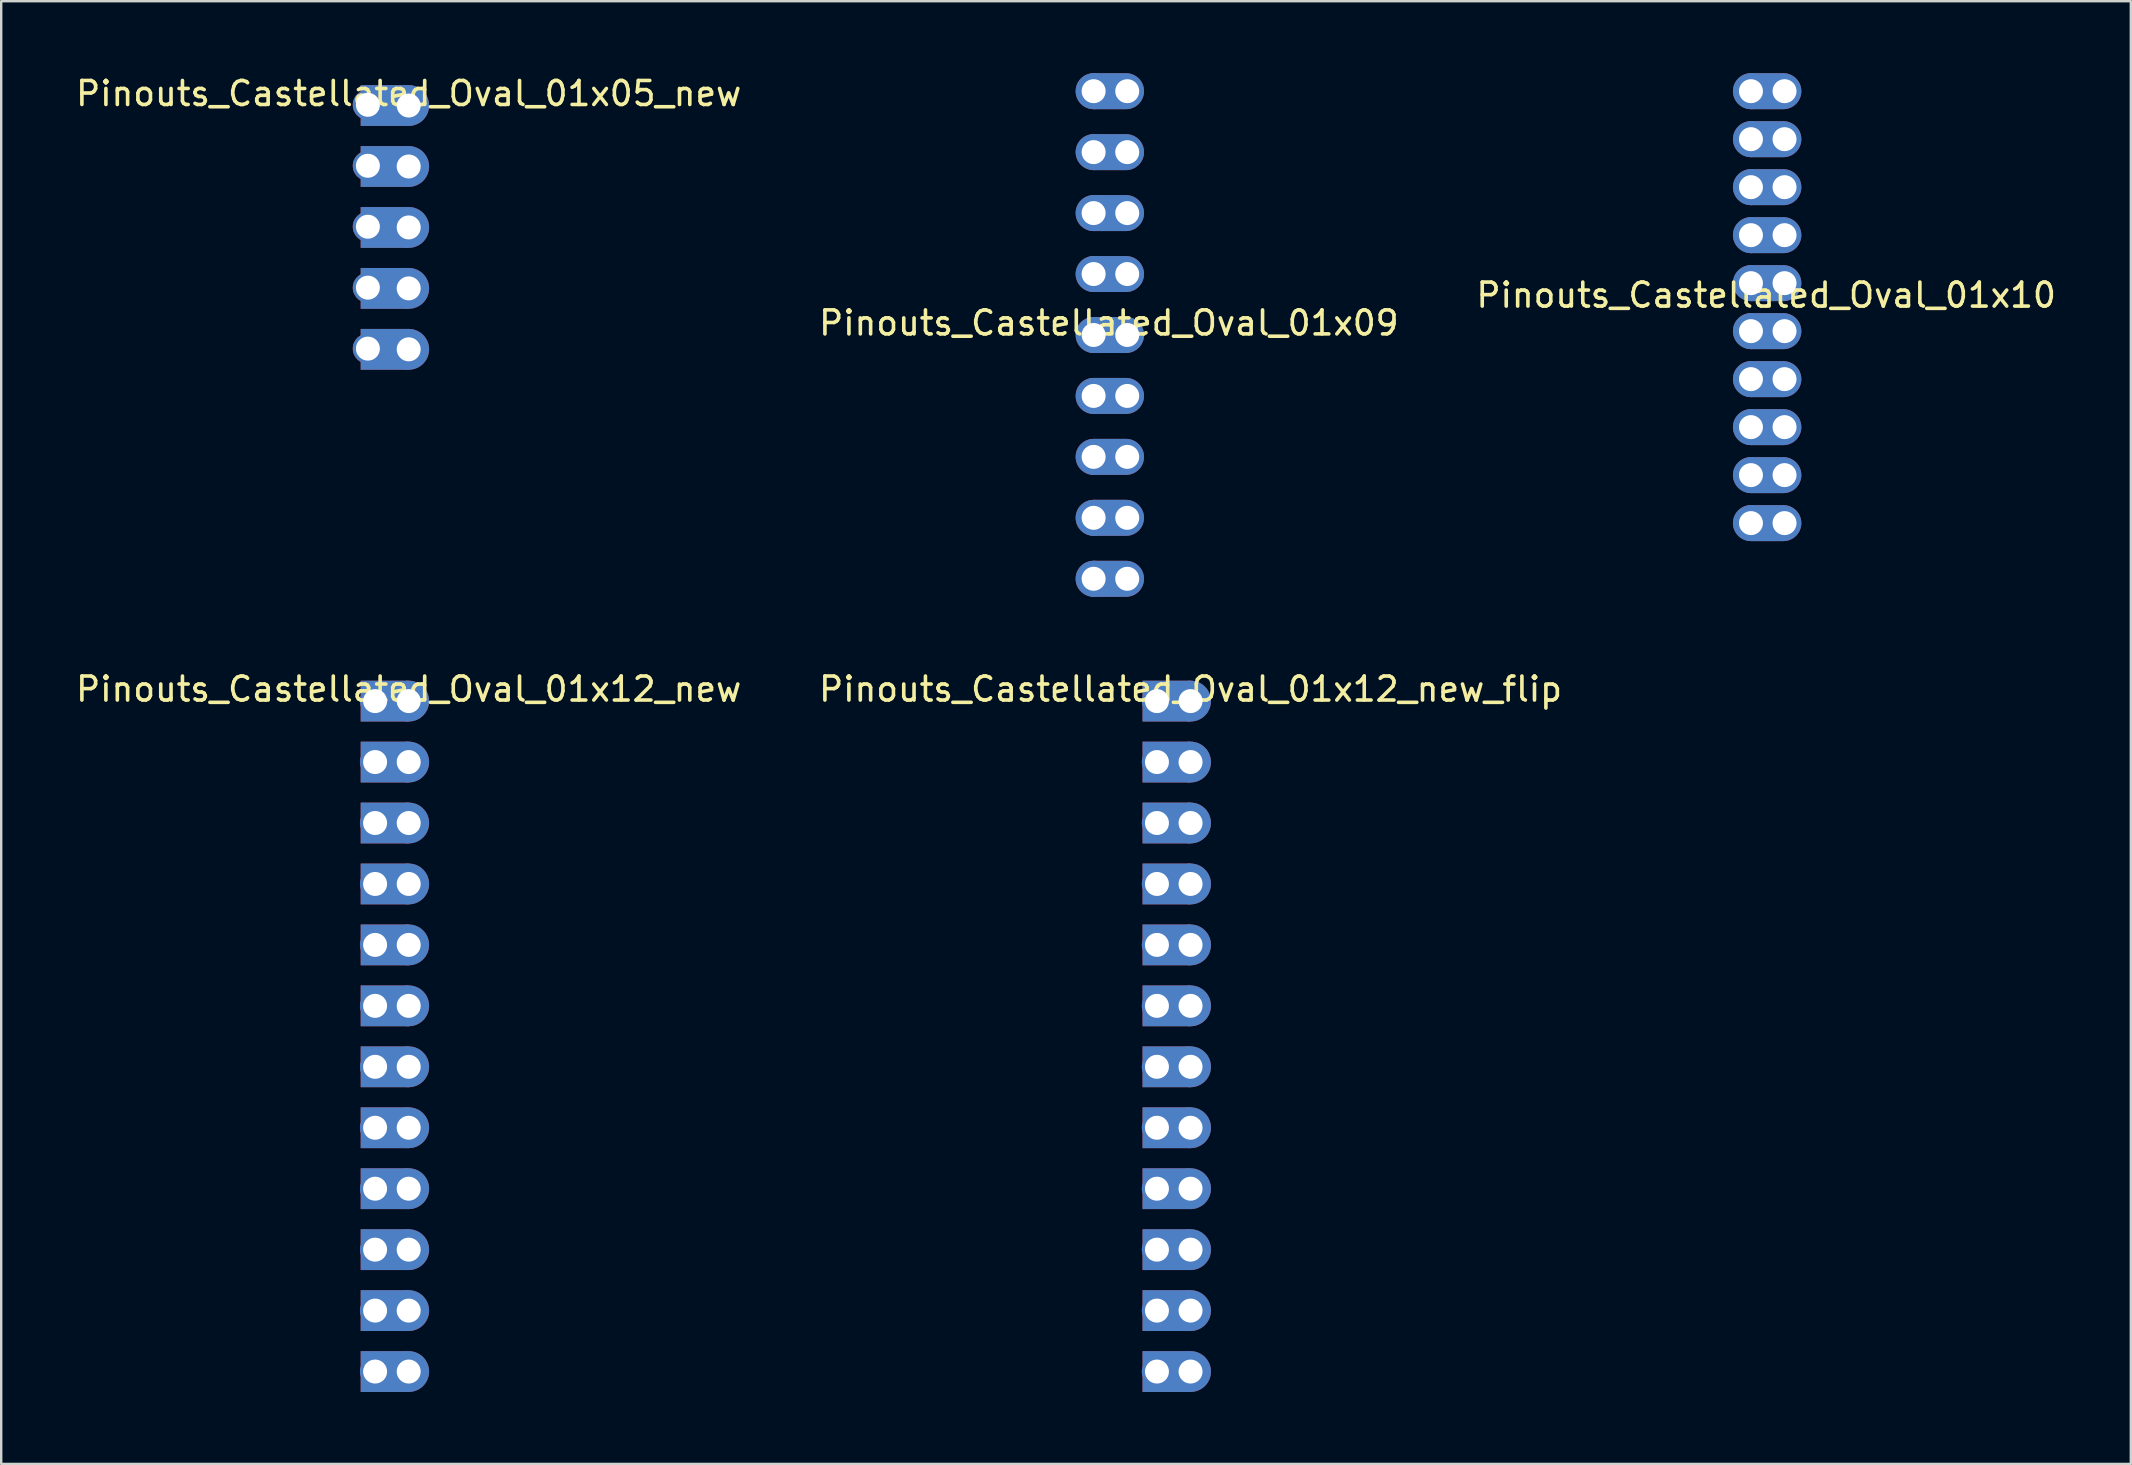
<source format=kicad_pcb>
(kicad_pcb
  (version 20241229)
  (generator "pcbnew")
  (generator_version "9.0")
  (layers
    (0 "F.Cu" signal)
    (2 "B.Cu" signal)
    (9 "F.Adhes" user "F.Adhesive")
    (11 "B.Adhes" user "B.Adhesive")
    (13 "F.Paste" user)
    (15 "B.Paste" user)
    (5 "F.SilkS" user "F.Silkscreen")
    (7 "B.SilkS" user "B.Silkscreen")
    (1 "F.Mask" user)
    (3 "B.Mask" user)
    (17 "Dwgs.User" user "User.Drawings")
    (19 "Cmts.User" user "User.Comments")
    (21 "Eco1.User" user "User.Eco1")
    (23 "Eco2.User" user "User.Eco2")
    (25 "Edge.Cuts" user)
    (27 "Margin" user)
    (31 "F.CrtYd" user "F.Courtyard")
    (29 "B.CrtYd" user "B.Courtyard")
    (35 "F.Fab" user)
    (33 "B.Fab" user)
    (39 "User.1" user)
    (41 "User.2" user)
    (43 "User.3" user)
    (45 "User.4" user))
  (footprint "Pinouts_Castellated_Oval_01x12_new_flip"
    (layer "F.Cu")
    (at 46.565 26.168)
    (property "Reference" "Pinouts_Castellated_Oval_01x12_new_flip" (at 0 -0.5 0) (unlocked yes) (layer "F.SilkS") (effects (font (size 1 1) (thickness 0.15))))
    (attr exclude_from_pos_files)
    (pad "1" thru_hole circle (at -1.4 0) (size 1.26 1.26) (drill 1) (layers "*.Cu" "*.Mask"))
    (pad "1" thru_hole circle (at 0 0) (size 1.7 1.7) (drill 1) (layers "*.Cu" "*.Mask"))
    (pad "1" smd rect (at 0 0) (size 2 1.7) (drill (offset -1 0)) (layers "F.Cu" "F.Mask"))
    (pad "1" smd rect (at 0 0) (size 2 1.7) (drill (offset -1 0)) (layers "B.Cu" "B.Mask"))
    (pad "2" thru_hole circle (at -1.4 2.54) (size 1.26 1.26) (drill 1) (layers "*.Cu" "*.Mask"))
    (pad "2" thru_hole circle (at 0 2.54) (size 1.7 1.7) (drill 1) (layers "*.Cu" "*.Mask"))
    (pad "2" smd rect (at 0 2.54) (size 2 1.7) (drill (offset -1 0)) (layers "F.Cu" "F.Mask"))
    (pad "2" smd rect (at 0 2.54) (size 2 1.7) (drill (offset -1 0)) (layers "B.Cu" "B.Mask"))
    (pad "3" thru_hole circle (at -1.4 5.08) (size 1.26 1.26) (drill 1) (layers "*.Cu" "*.Mask"))
    (pad "3" thru_hole circle (at 0 5.08) (size 1.7 1.7) (drill 1) (layers "*.Cu" "*.Mask"))
    (pad "3" smd rect (at 0 5.08) (size 2 1.7) (drill (offset -1 0)) (layers "F.Cu" "F.Mask"))
    (pad "3" smd rect (at 0 5.08) (size 2 1.7) (drill (offset -1 0)) (layers "B.Cu" "B.Mask"))
    (pad "4" thru_hole circle (at -1.4 7.62) (size 1.26 1.26) (drill 1) (layers "*.Cu" "*.Mask"))
    (pad "4" thru_hole circle (at 0 7.62) (size 1.7 1.7) (drill 1) (layers "*.Cu" "*.Mask"))
    (pad "4" smd rect (at 0 7.62) (size 2 1.7) (drill (offset -1 0)) (layers "F.Cu" "F.Mask"))
    (pad "4" smd rect (at 0 7.62) (size 2 1.7) (drill (offset -1 0)) (layers "B.Cu" "B.Mask"))
    (pad "5" thru_hole circle (at -1.4 10.16) (size 1.26 1.26) (drill 1) (layers "*.Cu" "*.Mask"))
    (pad "5" thru_hole circle (at 0 10.16) (size 1.7 1.7) (drill 1) (layers "*.Cu" "*.Mask"))
    (pad "5" smd rect (at 0 10.16) (size 2 1.7) (drill (offset -1 0)) (layers "F.Cu" "F.Mask"))
    (pad "5" smd rect (at 0 10.16) (size 2 1.7) (drill (offset -1 0)) (layers "B.Cu" "B.Mask"))
    (pad "6" thru_hole circle (at -1.4 12.7) (size 1.26 1.26) (drill 1) (layers "*.Cu" "*.Mask"))
    (pad "6" thru_hole circle (at 0 12.7) (size 1.7 1.7) (drill 1) (layers "*.Cu" "*.Mask"))
    (pad "6" smd rect (at 0 12.7) (size 2 1.7) (drill (offset -1 0)) (layers "F.Cu" "F.Mask"))
    (pad "6" smd rect (at 0 12.7) (size 2 1.7) (drill (offset -1 0)) (layers "B.Cu" "B.Mask"))
    (pad "7" thru_hole circle (at -1.4 15.24) (size 1.26 1.26) (drill 1) (layers "*.Cu" "*.Mask"))
    (pad "7" thru_hole circle (at 0 15.24) (size 1.7 1.7) (drill 1) (layers "*.Cu" "*.Mask"))
    (pad "7" smd rect (at 0 15.24) (size 2 1.7) (drill (offset -1 0)) (layers "F.Cu" "F.Mask"))
    (pad "7" smd rect (at 0 15.24) (size 2 1.7) (drill (offset -1 0)) (layers "B.Cu" "B.Mask"))
    (pad "8" thru_hole circle (at -1.4 17.78) (size 1.26 1.26) (drill 1) (layers "*.Cu" "*.Mask"))
    (pad "8" thru_hole circle (at 0 17.78) (size 1.7 1.7) (drill 1) (layers "*.Cu" "*.Mask"))
    (pad "8" smd rect (at 0 17.78) (size 2 1.7) (drill (offset -1 0)) (layers "F.Cu" "F.Mask"))
    (pad "8" smd rect (at 0 17.78) (size 2 1.7) (drill (offset -1 0)) (layers "B.Cu" "B.Mask"))
    (pad "9" thru_hole circle (at -1.4 20.32) (size 1.26 1.26) (drill 1) (layers "*.Cu" "*.Mask"))
    (pad "9" thru_hole circle (at 0 20.32) (size 1.7 1.7) (drill 1) (layers "*.Cu" "*.Mask"))
    (pad "9" smd rect (at 0 20.32) (size 2 1.7) (drill (offset -1 0)) (layers "F.Cu" "F.Mask"))
    (pad "9" smd rect (at 0 20.32) (size 2 1.7) (drill (offset -1 0)) (layers "B.Cu" "B.Mask"))
    (pad "10" thru_hole circle (at -1.4 22.86) (size 1.26 1.26) (drill 1) (layers "*.Cu" "*.Mask"))
    (pad "10" thru_hole circle (at 0 22.86) (size 1.7 1.7) (drill 1) (layers "*.Cu" "*.Mask"))
    (pad "10" smd rect (at 0 22.86) (size 2 1.7) (drill (offset -1 0)) (layers "F.Cu" "F.Mask"))
    (pad "10" smd rect (at 0 22.86) (size 2 1.7) (drill (offset -1 0)) (layers "B.Cu" "B.Mask"))
    (pad "11" thru_hole circle (at -1.4 25.4) (size 1.26 1.26) (drill 1) (layers "*.Cu" "*.Mask"))
    (pad "11" thru_hole circle (at 0 25.4) (size 1.7 1.7) (drill 1) (layers "*.Cu" "*.Mask"))
    (pad "11" smd rect (at 0 25.4) (size 2 1.7) (drill (offset -1 0)) (layers "F.Cu" "F.Mask"))
    (pad "11" smd rect (at 0 25.4) (size 2 1.7) (drill (offset -1 0)) (layers "B.Cu" "B.Mask"))
    (pad "12" thru_hole circle (at -1.4 27.94) (size 1.26 1.26) (drill 1) (layers "*.Cu" "*.Mask"))
    (pad "12" thru_hole circle (at 0 27.94) (size 1.7 1.7) (drill 1) (layers "*.Cu" "*.Mask"))
    (pad "12" smd rect (at 0 27.94) (size 2 1.7) (drill (offset -1 0)) (layers "F.Cu" "F.Mask"))
    (pad "12" smd rect (at 0 27.94) (size 2 1.7) (drill (offset -1 0)) (layers "B.Cu" "B.Mask")))
  (footprint "Pinouts_Castellated_Oval_01x12_new"
    (layer "F.Cu")
    (at 13.982 26.168)
    (property "Reference" "Pinouts_Castellated_Oval_01x12_new" (at 0 -0.5 0) (unlocked yes) (layer "F.SilkS") (effects (font (size 1 1) (thickness 0.15))))
    (attr exclude_from_pos_files)
    (pad "1" thru_hole circle (at -1.4 0) (size 1.26 1.26) (drill 1) (layers "*.Cu" "*.Mask"))
    (pad "1" thru_hole circle (at 0 0) (size 1.7 1.7) (drill 1) (layers "*.Cu" "*.Mask"))
    (pad "1" smd rect (at 0 0) (size 2 1.7) (drill (offset -1 0)) (layers "F.Cu" "F.Mask"))
    (pad "1" smd rect (at 0 0) (size 2 1.7) (drill (offset -1 0)) (layers "B.Cu" "B.Mask"))
    (pad "2" thru_hole circle (at -1.4 2.54) (size 1.26 1.26) (drill 1) (layers "*.Cu" "*.Mask"))
    (pad "2" thru_hole circle (at 0 2.54) (size 1.7 1.7) (drill 1) (layers "*.Cu" "*.Mask"))
    (pad "2" smd rect (at 0 2.54) (size 2 1.7) (drill (offset -1 0)) (layers "F.Cu" "F.Mask"))
    (pad "2" smd rect (at 0 2.54) (size 2 1.7) (drill (offset -1 0)) (layers "B.Cu" "B.Mask"))
    (pad "3" thru_hole circle (at -1.4 5.08) (size 1.26 1.26) (drill 1) (layers "*.Cu" "*.Mask"))
    (pad "3" thru_hole circle (at 0 5.08) (size 1.7 1.7) (drill 1) (layers "*.Cu" "*.Mask"))
    (pad "3" smd rect (at 0 5.08) (size 2 1.7) (drill (offset -1 0)) (layers "F.Cu" "F.Mask"))
    (pad "3" smd rect (at 0 5.08) (size 2 1.7) (drill (offset -1 0)) (layers "B.Cu" "B.Mask"))
    (pad "4" thru_hole circle (at -1.4 7.62) (size 1.26 1.26) (drill 1) (layers "*.Cu" "*.Mask"))
    (pad "4" thru_hole circle (at 0 7.62) (size 1.7 1.7) (drill 1) (layers "*.Cu" "*.Mask"))
    (pad "4" smd rect (at 0 7.62) (size 2 1.7) (drill (offset -1 0)) (layers "F.Cu" "F.Mask"))
    (pad "4" smd rect (at 0 7.62) (size 2 1.7) (drill (offset -1 0)) (layers "B.Cu" "B.Mask"))
    (pad "5" thru_hole circle (at -1.4 10.16) (size 1.26 1.26) (drill 1) (layers "*.Cu" "*.Mask"))
    (pad "5" thru_hole circle (at 0 10.16) (size 1.7 1.7) (drill 1) (layers "*.Cu" "*.Mask"))
    (pad "5" smd rect (at 0 10.16) (size 2 1.7) (drill (offset -1 0)) (layers "F.Cu" "F.Mask"))
    (pad "5" smd rect (at 0 10.16) (size 2 1.7) (drill (offset -1 0)) (layers "B.Cu" "B.Mask"))
    (pad "6" thru_hole circle (at -1.4 12.7) (size 1.26 1.26) (drill 1) (layers "*.Cu" "*.Mask"))
    (pad "6" thru_hole circle (at 0 12.7) (size 1.7 1.7) (drill 1) (layers "*.Cu" "*.Mask"))
    (pad "6" smd rect (at 0 12.7) (size 2 1.7) (drill (offset -1 0)) (layers "F.Cu" "F.Mask"))
    (pad "6" smd rect (at 0 12.7) (size 2 1.7) (drill (offset -1 0)) (layers "B.Cu" "B.Mask"))
    (pad "7" thru_hole circle (at -1.4 15.24) (size 1.26 1.26) (drill 1) (layers "*.Cu" "*.Mask"))
    (pad "7" thru_hole circle (at 0 15.24) (size 1.7 1.7) (drill 1) (layers "*.Cu" "*.Mask"))
    (pad "7" smd rect (at 0 15.24) (size 2 1.7) (drill (offset -1 0)) (layers "F.Cu" "F.Mask"))
    (pad "7" smd rect (at 0 15.24) (size 2 1.7) (drill (offset -1 0)) (layers "B.Cu" "B.Mask"))
    (pad "8" thru_hole circle (at -1.4 17.78) (size 1.26 1.26) (drill 1) (layers "*.Cu" "*.Mask"))
    (pad "8" thru_hole circle (at 0 17.78) (size 1.7 1.7) (drill 1) (layers "*.Cu" "*.Mask"))
    (pad "8" smd rect (at 0 17.78) (size 2 1.7) (drill (offset -1 0)) (layers "F.Cu" "F.Mask"))
    (pad "8" smd rect (at 0 17.78) (size 2 1.7) (drill (offset -1 0)) (layers "B.Cu" "B.Mask"))
    (pad "9" thru_hole circle (at -1.4 20.32) (size 1.26 1.26) (drill 1) (layers "*.Cu" "*.Mask"))
    (pad "9" thru_hole circle (at 0 20.32) (size 1.7 1.7) (drill 1) (layers "*.Cu" "*.Mask"))
    (pad "9" smd rect (at 0 20.32) (size 2 1.7) (drill (offset -1 0)) (layers "F.Cu" "F.Mask"))
    (pad "9" smd rect (at 0 20.32) (size 2 1.7) (drill (offset -1 0)) (layers "B.Cu" "B.Mask"))
    (pad "10" thru_hole circle (at -1.4 22.86) (size 1.26 1.26) (drill 1) (layers "*.Cu" "*.Mask"))
    (pad "10" thru_hole circle (at 0 22.86) (size 1.7 1.7) (drill 1) (layers "*.Cu" "*.Mask"))
    (pad "10" smd rect (at 0 22.86) (size 2 1.7) (drill (offset -1 0)) (layers "F.Cu" "F.Mask"))
    (pad "10" smd rect (at 0 22.86) (size 2 1.7) (drill (offset -1 0)) (layers "B.Cu" "B.Mask"))
    (pad "11" thru_hole circle (at -1.4 25.4) (size 1.26 1.26) (drill 1) (layers "*.Cu" "*.Mask"))
    (pad "11" thru_hole circle (at 0 25.4) (size 1.7 1.7) (drill 1) (layers "*.Cu" "*.Mask"))
    (pad "11" smd rect (at 0 25.4) (size 2 1.7) (drill (offset -1 0)) (layers "F.Cu" "F.Mask"))
    (pad "11" smd rect (at 0 25.4) (size 2 1.7) (drill (offset -1 0)) (layers "B.Cu" "B.Mask"))
    (pad "12" thru_hole circle (at -1.4 27.94) (size 1.26 1.26) (drill 1) (layers "*.Cu" "*.Mask"))
    (pad "12" thru_hole circle (at 0 27.94) (size 1.7 1.7) (drill 1) (layers "*.Cu" "*.Mask"))
    (pad "12" smd rect (at 0 27.94) (size 2 1.7) (drill (offset -1 0)) (layers "F.Cu" "F.Mask"))
    (pad "12" smd rect (at 0 27.94) (size 2 1.7) (drill (offset -1 0)) (layers "B.Cu" "B.Mask")))
  (footprint "Pinouts_Castellated_Oval_01x09"
    (layer "F.Cu")
    (at 43.161 10.91)
    (property "Reference" "Pinouts_Castellated_Oval_01x09" (at 0 -0.5 0) (unlocked yes) (layer "F.SilkS") (effects (font (size 1 1) (thickness 0.15))))
    (pad "1" thru_hole circle (at -0.635 -10.16) (size 1.5 1.5) (drill 1) (property pad_prop_castellated) (layers "*.Cu" "*.Mask"))
    (pad "1" thru_hole oval (at 0.765 -10.16) (size 2.8 1.5) (drill 1 (offset -0.7 0)) (layers "*.Cu" "*.Mask"))
    (pad "2" thru_hole circle (at -0.635 -7.62) (size 1.5 1.5) (drill 1) (property pad_prop_castellated) (layers "*.Cu" "*.Mask"))
    (pad "2" thru_hole oval (at 0.765 -7.62) (size 2.8 1.5) (drill 1 (offset -0.7 0)) (layers "*.Cu" "*.Mask"))
    (pad "3" thru_hole circle (at -0.635 -5.08) (size 1.5 1.5) (drill 1) (property pad_prop_castellated) (layers "*.Cu" "*.Mask"))
    (pad "3" thru_hole oval (at 0.765 -5.08) (size 2.8 1.5) (drill 1 (offset -0.7 0)) (layers "*.Cu" "*.Mask"))
    (pad "4" thru_hole circle (at -0.635 -2.54) (size 1.5 1.5) (drill 1) (property pad_prop_castellated) (layers "*.Cu" "*.Mask"))
    (pad "4" thru_hole oval (at 0.765 -2.54) (size 2.8 1.5) (drill 1 (offset -0.7 0)) (layers "*.Cu" "*.Mask"))
    (pad "5" thru_hole circle (at -0.635 0) (size 1.5 1.5) (drill 1) (property pad_prop_castellated) (layers "*.Cu" "*.Mask"))
    (pad "5" thru_hole oval (at 0.765 0) (size 2.8 1.5) (drill 1 (offset -0.7 0)) (layers "*.Cu" "*.Mask"))
    (pad "6" thru_hole circle (at -0.635 2.54) (size 1.5 1.5) (drill 1) (property pad_prop_castellated) (layers "*.Cu" "*.Mask"))
    (pad "6" thru_hole oval (at 0.765 2.54) (size 2.8 1.5) (drill 1 (offset -0.7 0)) (layers "*.Cu" "*.Mask"))
    (pad "7" thru_hole circle (at -0.635 5.08) (size 1.5 1.5) (drill 1) (property pad_prop_castellated) (layers "*.Cu" "*.Mask"))
    (pad "7" thru_hole oval (at 0.765 5.08) (size 2.8 1.5) (drill 1 (offset -0.7 0)) (layers "*.Cu" "*.Mask"))
    (pad "8" thru_hole circle (at -0.635 7.62) (size 1.5 1.5) (drill 1) (property pad_prop_castellated) (layers "*.Cu" "*.Mask"))
    (pad "8" thru_hole oval (at 0.765 7.62) (size 2.8 1.5) (drill 1 (offset -0.7 0)) (layers "*.Cu" "*.Mask"))
    (pad "9" thru_hole circle (at -0.635 10.16) (size 1.5 1.5) (drill 1) (property pad_prop_castellated) (layers "*.Cu" "*.Mask"))
    (pad "9" thru_hole oval (at 0.765 10.16) (size 2.8 1.5) (drill 1 (offset -0.7 0)) (layers "*.Cu" "*.Mask")))
  (footprint "Pinouts_Castellated_Oval_01x05_new"
    (layer "F.Cu")
    (at 13.982 1.348)
    (property "Reference" "Pinouts_Castellated_Oval_01x05_new" (at 0 -0.5 0) (unlocked yes) (layer "F.SilkS") (effects (font (size 1 1) (thickness 0.15))))
    (attr exclude_from_pos_files)
    (pad "1" thru_hole circle (at -1.7 -0.03) (size 1.26 1.26) (drill 1) (layers "*.Cu" "*.Mask"))
    (pad "1" thru_hole circle (at 0 0) (size 1.7 1.7) (drill 1) (layers "*.Cu" "*.Mask"))
    (pad "1" smd rect (at 0 0) (size 2 1.7) (drill (offset -1 0)) (layers "F.Cu" "F.Mask"))
    (pad "1" smd rect (at 0 0) (size 2 1.7) (drill (offset -1 0)) (layers "B.Cu" "B.Mask"))
    (pad "2" thru_hole circle (at -1.7 2.51) (size 1.26 1.26) (drill 1) (layers "*.Cu" "*.Mask"))
    (pad "2" thru_hole circle (at 0 2.54) (size 1.7 1.7) (drill 1) (layers "*.Cu" "*.Mask"))
    (pad "2" smd rect (at 0 2.54) (size 2 1.7) (drill (offset -1 0)) (layers "F.Cu" "F.Mask"))
    (pad "2" smd rect (at 0 2.54) (size 2 1.7) (drill (offset -1 0)) (layers "B.Cu" "B.Mask"))
    (pad "3" thru_hole circle (at -1.7 5.05) (size 1.26 1.26) (drill 1) (layers "*.Cu" "*.Mask"))
    (pad "3" thru_hole circle (at 0 5.08) (size 1.7 1.7) (drill 1) (layers "*.Cu" "*.Mask"))
    (pad "3" smd rect (at 0 5.08) (size 2 1.7) (drill (offset -1 0)) (layers "F.Cu" "F.Mask"))
    (pad "3" smd rect (at 0 5.08) (size 2 1.7) (drill (offset -1 0)) (layers "B.Cu" "B.Mask"))
    (pad "4" thru_hole circle (at -1.7 7.59) (size 1.26 1.26) (drill 1) (layers "*.Cu" "*.Mask"))
    (pad "4" thru_hole circle (at 0 7.62) (size 1.7 1.7) (drill 1) (layers "*.Cu" "*.Mask"))
    (pad "4" smd rect (at 0 7.62) (size 2 1.7) (drill (offset -1 0)) (layers "F.Cu" "F.Mask"))
    (pad "4" smd rect (at 0 7.62) (size 2 1.7) (drill (offset -1 0)) (layers "B.Cu" "B.Mask"))
    (pad "5" thru_hole circle (at -1.7 10.13) (size 1.26 1.26) (drill 1) (layers "*.Cu" "*.Mask"))
    (pad "5" thru_hole circle (at 0 10.16) (size 1.7 1.7) (drill 1) (layers "*.Cu" "*.Mask"))
    (pad "5" smd rect (at 0 10.16) (size 2 1.7) (drill (offset -1 0)) (layers "F.Cu" "F.Mask"))
    (pad "5" smd rect (at 0 10.16) (size 2 1.7) (drill (offset -1 0)) (layers "B.Cu" "B.Mask")))
  (footprint "Pinouts_Castellated_Oval_01x10"
    (layer "F.Cu")
    (at 70.554 9.75)
    (property "Reference" "Pinouts_Castellated_Oval_01x10" (at 0 -0.5 0) (unlocked yes) (layer "F.SilkS") (effects (font (size 1 1) (thickness 0.15))))
    (pad "1" thru_hole circle (at -0.635 -9) (size 1.5 1.5) (drill 1) (property pad_prop_castellated) (layers "*.Cu" "*.Mask"))
    (pad "1" thru_hole oval (at 0.765 -9) (size 2.8 1.5) (drill 1 (offset -0.7 0)) (layers "*.Cu" "*.Mask"))
    (pad "2" thru_hole circle (at -0.635 -7) (size 1.5 1.5) (drill 1) (property pad_prop_castellated) (layers "*.Cu" "*.Mask"))
    (pad "2" thru_hole oval (at 0.765 -7) (size 2.8 1.5) (drill 1 (offset -0.7 0)) (layers "*.Cu" "*.Mask"))
    (pad "3" thru_hole circle (at -0.635 -5) (size 1.5 1.5) (drill 1) (property pad_prop_castellated) (layers "*.Cu" "*.Mask"))
    (pad "3" thru_hole oval (at 0.765 -5) (size 2.8 1.5) (drill 1 (offset -0.7 0)) (layers "*.Cu" "*.Mask"))
    (pad "4" thru_hole circle (at -0.635 -3) (size 1.5 1.5) (drill 1) (property pad_prop_castellated) (layers "*.Cu" "*.Mask"))
    (pad "4" thru_hole oval (at 0.765 -3) (size 2.8 1.5) (drill 1 (offset -0.7 0)) (layers "*.Cu" "*.Mask"))
    (pad "5" thru_hole circle (at -0.635 -1) (size 1.5 1.5) (drill 1) (property pad_prop_castellated) (layers "*.Cu" "*.Mask"))
    (pad "5" thru_hole oval (at 0.765 -1) (size 2.8 1.5) (drill 1 (offset -0.7 0)) (layers "*.Cu" "*.Mask"))
    (pad "6" thru_hole circle (at -0.635 1) (size 1.5 1.5) (drill 1) (property pad_prop_castellated) (layers "*.Cu" "*.Mask"))
    (pad "6" thru_hole oval (at 0.765 1) (size 2.8 1.5) (drill 1 (offset -0.7 0)) (layers "*.Cu" "*.Mask"))
    (pad "7" thru_hole circle (at -0.635 3) (size 1.5 1.5) (drill 1) (property pad_prop_castellated) (layers "*.Cu" "*.Mask"))
    (pad "7" thru_hole oval (at 0.765 3) (size 2.8 1.5) (drill 1 (offset -0.7 0)) (layers "*.Cu" "*.Mask"))
    (pad "8" thru_hole circle (at -0.635 5) (size 1.5 1.5) (drill 1) (property pad_prop_castellated) (layers "*.Cu" "*.Mask"))
    (pad "8" thru_hole oval (at 0.765 5) (size 2.8 1.5) (drill 1 (offset -0.7 0)) (layers "*.Cu" "*.Mask"))
    (pad "9" thru_hole circle (at -0.635 7) (size 1.5 1.5) (drill 1) (property pad_prop_castellated) (layers "*.Cu" "*.Mask"))
    (pad "9" thru_hole oval (at 0.765 7) (size 2.8 1.5) (drill 1 (offset -0.7 0)) (layers "*.Cu" "*.Mask"))
    (pad "10" thru_hole circle (at -0.635 9) (size 1.5 1.5) (drill 1) (property pad_prop_castellated) (layers "*.Cu" "*.Mask"))
    (pad "10" thru_hole oval (at 0.765 9) (size 2.8 1.5) (drill 1 (offset -0.7 0)) (layers "*.Cu" "*.Mask")))
  (gr_rect
    (start -3 -3)
    (end 85.75 57.958)
    (stroke (width 0.1) (type default))
    (fill no)
    (layer "Edge.Cuts")))
</source>
